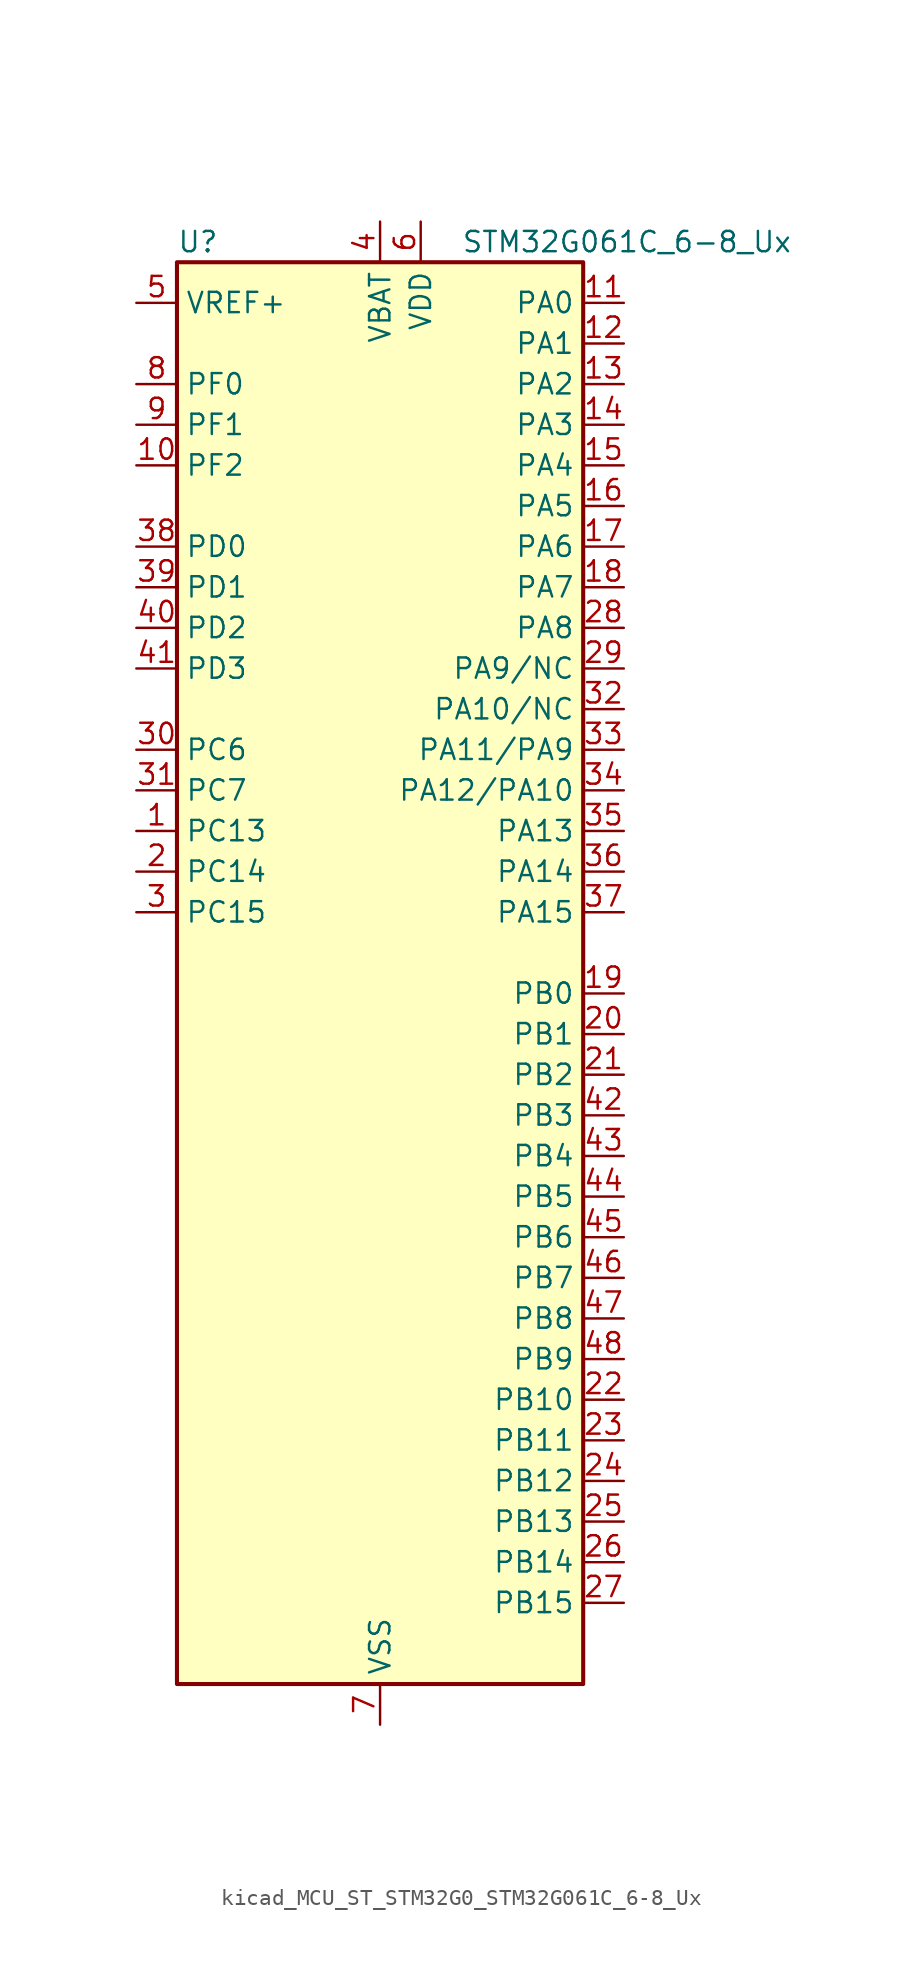
<source format=kicad_sym>
(kicad_symbol_lib
  (version 20220914)
  (generator kicad_symbol_editor)
  (symbol "kicad_MCU_ST_STM32G0_STM32G061C_6-8_Ux"
    (property "Reference" "U"
      (at -12.7 46.99 0)
      (effects (font (size 1.27 1.27)) (justify left)))
    (property "Value" "STM32G061C_6-8_Ux"
      (at 5.08 46.99 0)
      (effects (font (size 1.27 1.27)) (justify left)))
    (property "ki_locked" ""
      (at 0 0 0)
      (effects (font (size 1.27 1.27))))
    (symbol "kicad_MCU_ST_STM32G0_STM32G061C_6-8_Ux_0_1"
      (rectangle (start -12.7 -43.18) (end 12.7 45.72) (stroke (width 0.254) (type default)) (fill (type background))))
    (symbol "kicad_MCU_ST_STM32G0_STM32G061C_6-8_Ux_1_1"
      (pin bidirectional line (at -15.24 10.16 0) (length 2.54) (name "PC13" (effects (font (size 1.27 1.27)))) (number "1" (effects (font (size 1.27 1.27)))) (alternate "RTC_OUT1" bidirectional line) (alternate "RTC_TAMP_IN1" bidirectional line) (alternate "RTC_TS" bidirectional line) (alternate "SYS_WKUP2" bidirectional line) (alternate "TIM1_BK" bidirectional line))
      (pin bidirectional line (at -15.24 33.02 0) (length 2.54) (name "PF2" (effects (font (size 1.27 1.27)))) (number "10" (effects (font (size 1.27 1.27)))) (alternate "RCC_MCO" bidirectional line))
      (pin bidirectional line (at 15.24 43.18 180) (length 2.54) (name "PA0" (effects (font (size 1.27 1.27)))) (number "11" (effects (font (size 1.27 1.27)))) (alternate "ADC1_IN0" bidirectional line) (alternate "COMP1_INM" bidirectional line) (alternate "COMP1_OUT" bidirectional line) (alternate "LPTIM1_OUT" bidirectional line) (alternate "RTC_TAMP_IN2" bidirectional line) (alternate "SPI2_SCK" bidirectional line) (alternate "SYS_WKUP1" bidirectional line) (alternate "TIM2_CH1" bidirectional line) (alternate "TIM2_ETR" bidirectional line) (alternate "USART2_CTS" bidirectional line) (alternate "USART2_NSS" bidirectional line))
      (pin bidirectional line (at 15.24 40.64 180) (length 2.54) (name "PA1" (effects (font (size 1.27 1.27)))) (number "12" (effects (font (size 1.27 1.27)))) (alternate "ADC1_IN1" bidirectional line) (alternate "COMP1_INP" bidirectional line) (alternate "I2C1_SMBA" bidirectional line) (alternate "I2S1_CK" bidirectional line) (alternate "SPI1_SCK" bidirectional line) (alternate "TIM15_CH1N" bidirectional line) (alternate "TIM2_CH2" bidirectional line) (alternate "USART2_CK" bidirectional line) (alternate "USART2_DE" bidirectional line) (alternate "USART2_RTS" bidirectional line))
      (pin bidirectional line (at 15.24 38.1 180) (length 2.54) (name "PA2" (effects (font (size 1.27 1.27)))) (number "13" (effects (font (size 1.27 1.27)))) (alternate "ADC1_IN2" bidirectional line) (alternate "COMP2_INM" bidirectional line) (alternate "COMP2_OUT" bidirectional line) (alternate "I2S1_SD" bidirectional line) (alternate "LPUART1_TX" bidirectional line) (alternate "RCC_LSCO" bidirectional line) (alternate "SPI1_MOSI" bidirectional line) (alternate "SYS_WKUP4" bidirectional line) (alternate "TIM15_CH1" bidirectional line) (alternate "TIM2_CH3" bidirectional line) (alternate "USART2_TX" bidirectional line))
      (pin bidirectional line (at 15.24 35.56 180) (length 2.54) (name "PA3" (effects (font (size 1.27 1.27)))) (number "14" (effects (font (size 1.27 1.27)))) (alternate "ADC1_IN3" bidirectional line) (alternate "COMP2_INP" bidirectional line) (alternate "LPUART1_RX" bidirectional line) (alternate "SPI2_MISO" bidirectional line) (alternate "TIM15_CH2" bidirectional line) (alternate "TIM2_CH4" bidirectional line) (alternate "USART2_RX" bidirectional line))
      (pin bidirectional line (at 15.24 33.02 180) (length 2.54) (name "PA4" (effects (font (size 1.27 1.27)))) (number "15" (effects (font (size 1.27 1.27)))) (alternate "ADC1_IN4" bidirectional line) (alternate "DAC1_OUT1" bidirectional line) (alternate "I2S1_WS" bidirectional line) (alternate "LPTIM2_OUT" bidirectional line) (alternate "RTC_OUT2" bidirectional line) (alternate "SPI1_NSS" bidirectional line) (alternate "SPI2_MOSI" bidirectional line) (alternate "TIM14_CH1" bidirectional line))
      (pin bidirectional line (at 15.24 30.48 180) (length 2.54) (name "PA5" (effects (font (size 1.27 1.27)))) (number "16" (effects (font (size 1.27 1.27)))) (alternate "ADC1_IN5" bidirectional line) (alternate "DAC1_OUT2" bidirectional line) (alternate "I2S1_CK" bidirectional line) (alternate "LPTIM2_ETR" bidirectional line) (alternate "SPI1_SCK" bidirectional line) (alternate "TIM2_CH1" bidirectional line) (alternate "TIM2_ETR" bidirectional line))
      (pin bidirectional line (at 15.24 27.94 180) (length 2.54) (name "PA6" (effects (font (size 1.27 1.27)))) (number "17" (effects (font (size 1.27 1.27)))) (alternate "ADC1_IN6" bidirectional line) (alternate "COMP1_OUT" bidirectional line) (alternate "I2S1_MCK" bidirectional line) (alternate "LPUART1_CTS" bidirectional line) (alternate "SPI1_MISO" bidirectional line) (alternate "TIM16_CH1" bidirectional line) (alternate "TIM1_BK" bidirectional line) (alternate "TIM3_CH1" bidirectional line))
      (pin bidirectional line (at 15.24 25.4 180) (length 2.54) (name "PA7" (effects (font (size 1.27 1.27)))) (number "18" (effects (font (size 1.27 1.27)))) (alternate "ADC1_IN7" bidirectional line) (alternate "COMP2_OUT" bidirectional line) (alternate "I2S1_SD" bidirectional line) (alternate "SPI1_MOSI" bidirectional line) (alternate "TIM14_CH1" bidirectional line) (alternate "TIM17_CH1" bidirectional line) (alternate "TIM1_CH1N" bidirectional line) (alternate "TIM3_CH2" bidirectional line))
      (pin bidirectional line (at 15.24 0 180) (length 2.54) (name "PB0" (effects (font (size 1.27 1.27)))) (number "19" (effects (font (size 1.27 1.27)))) (alternate "ADC1_IN8" bidirectional line) (alternate "COMP1_OUT" bidirectional line) (alternate "I2S1_WS" bidirectional line) (alternate "LPTIM1_OUT" bidirectional line) (alternate "SPI1_NSS" bidirectional line) (alternate "TIM1_CH2N" bidirectional line) (alternate "TIM3_CH3" bidirectional line))
      (pin bidirectional line (at -15.24 7.62 0) (length 2.54) (name "PC14" (effects (font (size 1.27 1.27)))) (number "2" (effects (font (size 1.27 1.27)))) (alternate "RCC_OSC32_IN" bidirectional line) (alternate "TIM1_BK2" bidirectional line))
      (pin bidirectional line (at 15.24 -2.54 180) (length 2.54) (name "PB1" (effects (font (size 1.27 1.27)))) (number "20" (effects (font (size 1.27 1.27)))) (alternate "ADC1_IN9" bidirectional line) (alternate "COMP1_INM" bidirectional line) (alternate "LPTIM2_IN1" bidirectional line) (alternate "LPUART1_DE" bidirectional line) (alternate "LPUART1_RTS" bidirectional line) (alternate "TIM14_CH1" bidirectional line) (alternate "TIM1_CH3N" bidirectional line) (alternate "TIM3_CH4" bidirectional line))
      (pin bidirectional line (at 15.24 -5.08 180) (length 2.54) (name "PB2" (effects (font (size 1.27 1.27)))) (number "21" (effects (font (size 1.27 1.27)))) (alternate "ADC1_IN10" bidirectional line) (alternate "COMP1_INP" bidirectional line) (alternate "LPTIM1_OUT" bidirectional line) (alternate "SPI2_MISO" bidirectional line))
      (pin bidirectional line (at 15.24 -25.4 180) (length 2.54) (name "PB10" (effects (font (size 1.27 1.27)))) (number "22" (effects (font (size 1.27 1.27)))) (alternate "ADC1_IN11" bidirectional line) (alternate "COMP1_OUT" bidirectional line) (alternate "I2C2_SCL" bidirectional line) (alternate "LPUART1_RX" bidirectional line) (alternate "SPI2_SCK" bidirectional line) (alternate "TIM2_CH3" bidirectional line))
      (pin bidirectional line (at 15.24 -27.94 180) (length 2.54) (name "PB11" (effects (font (size 1.27 1.27)))) (number "23" (effects (font (size 1.27 1.27)))) (alternate "ADC1_EXTI11" bidirectional line) (alternate "ADC1_IN15" bidirectional line) (alternate "COMP2_OUT" bidirectional line) (alternate "I2C2_SDA" bidirectional line) (alternate "LPUART1_TX" bidirectional line) (alternate "SPI2_MOSI" bidirectional line) (alternate "TIM2_CH4" bidirectional line))
      (pin bidirectional line (at 15.24 -30.48 180) (length 2.54) (name "PB12" (effects (font (size 1.27 1.27)))) (number "24" (effects (font (size 1.27 1.27)))) (alternate "ADC1_IN16" bidirectional line) (alternate "LPUART1_DE" bidirectional line) (alternate "LPUART1_RTS" bidirectional line) (alternate "SPI2_NSS" bidirectional line) (alternate "TIM15_BK" bidirectional line) (alternate "TIM1_BK" bidirectional line))
      (pin bidirectional line (at 15.24 -33.02 180) (length 2.54) (name "PB13" (effects (font (size 1.27 1.27)))) (number "25" (effects (font (size 1.27 1.27)))) (alternate "I2C2_SCL" bidirectional line) (alternate "LPUART1_CTS" bidirectional line) (alternate "SPI2_SCK" bidirectional line) (alternate "TIM15_CH1N" bidirectional line) (alternate "TIM1_CH1N" bidirectional line))
      (pin bidirectional line (at 15.24 -35.56 180) (length 2.54) (name "PB14" (effects (font (size 1.27 1.27)))) (number "26" (effects (font (size 1.27 1.27)))) (alternate "I2C2_SDA" bidirectional line) (alternate "SPI2_MISO" bidirectional line) (alternate "TIM15_CH1" bidirectional line) (alternate "TIM1_CH2N" bidirectional line))
      (pin bidirectional line (at 15.24 -38.1 180) (length 2.54) (name "PB15" (effects (font (size 1.27 1.27)))) (number "27" (effects (font (size 1.27 1.27)))) (alternate "RTC_REFIN" bidirectional line) (alternate "SPI2_MOSI" bidirectional line) (alternate "TIM15_CH1N" bidirectional line) (alternate "TIM15_CH2" bidirectional line) (alternate "TIM1_CH3N" bidirectional line))
      (pin bidirectional line (at 15.24 22.86 180) (length 2.54) (name "PA8" (effects (font (size 1.27 1.27)))) (number "28" (effects (font (size 1.27 1.27)))) (alternate "LPTIM2_OUT" bidirectional line) (alternate "RCC_MCO" bidirectional line) (alternate "SPI2_NSS" bidirectional line) (alternate "TIM1_CH1" bidirectional line))
      (pin bidirectional line (at 15.24 20.32 180) (length 2.54) (name "PA9/NC" (effects (font (size 1.27 1.27)))) (number "29" (effects (font (size 1.27 1.27)))) (alternate "DAC1_EXTI9" bidirectional line) (alternate "I2C1_SCL" bidirectional line) (alternate "RCC_MCO" bidirectional line) (alternate "SPI2_MISO" bidirectional line) (alternate "TIM15_BK" bidirectional line) (alternate "TIM1_CH2" bidirectional line) (alternate "USART1_TX" bidirectional line))
      (pin bidirectional line (at -15.24 5.08 0) (length 2.54) (name "PC15" (effects (font (size 1.27 1.27)))) (number "3" (effects (font (size 1.27 1.27)))) (alternate "RCC_OSC32_EN" bidirectional line) (alternate "RCC_OSC32_OUT" bidirectional line) (alternate "RCC_OSC_EN" bidirectional line) (alternate "TIM15_BK" bidirectional line))
      (pin bidirectional line (at -15.24 15.24 0) (length 2.54) (name "PC6" (effects (font (size 1.27 1.27)))) (number "30" (effects (font (size 1.27 1.27)))) (alternate "TIM2_CH3" bidirectional line) (alternate "TIM3_CH1" bidirectional line))
      (pin bidirectional line (at -15.24 12.7 0) (length 2.54) (name "PC7" (effects (font (size 1.27 1.27)))) (number "31" (effects (font (size 1.27 1.27)))) (alternate "TIM2_CH4" bidirectional line) (alternate "TIM3_CH2" bidirectional line))
      (pin bidirectional line (at 15.24 17.78 180) (length 2.54) (name "PA10/NC" (effects (font (size 1.27 1.27)))) (number "32" (effects (font (size 1.27 1.27)))) (alternate "I2C1_SDA" bidirectional line) (alternate "SPI2_MOSI" bidirectional line) (alternate "TIM17_BK" bidirectional line) (alternate "TIM1_CH3" bidirectional line) (alternate "USART1_RX" bidirectional line))
      (pin bidirectional line (at 15.24 15.24 180) (length 2.54) (name "PA11/PA9" (effects (font (size 1.27 1.27)))) (number "33" (effects (font (size 1.27 1.27)))) (alternate "ADC1_EXTI11" bidirectional line) (alternate "COMP1_OUT" bidirectional line) (alternate "I2C2_SCL" bidirectional line) (alternate "I2S1_MCK" bidirectional line) (alternate "SPI1_MISO" bidirectional line) (alternate "TIM1_BK2" bidirectional line) (alternate "TIM1_CH4" bidirectional line) (alternate "USART1_CTS" bidirectional line) (alternate "USART1_NSS" bidirectional line))
      (pin bidirectional line (at 15.24 12.7 180) (length 2.54) (name "PA12/PA10" (effects (font (size 1.27 1.27)))) (number "34" (effects (font (size 1.27 1.27)))) (alternate "COMP2_OUT" bidirectional line) (alternate "I2C2_SDA" bidirectional line) (alternate "I2S1_SD" bidirectional line) (alternate "I2S_CKIN" bidirectional line) (alternate "SPI1_MOSI" bidirectional line) (alternate "TIM1_ETR" bidirectional line) (alternate "USART1_CK" bidirectional line) (alternate "USART1_DE" bidirectional line) (alternate "USART1_RTS" bidirectional line))
      (pin bidirectional line (at 15.24 10.16 180) (length 2.54) (name "PA13" (effects (font (size 1.27 1.27)))) (number "35" (effects (font (size 1.27 1.27)))) (alternate "ADC1_IN17" bidirectional line) (alternate "IR_OUT" bidirectional line) (alternate "SYS_SWDIO" bidirectional line))
      (pin bidirectional line (at 15.24 7.62 180) (length 2.54) (name "PA14" (effects (font (size 1.27 1.27)))) (number "36" (effects (font (size 1.27 1.27)))) (alternate "ADC1_IN18" bidirectional line) (alternate "SYS_SWCLK" bidirectional line) (alternate "USART2_TX" bidirectional line))
      (pin bidirectional line (at 15.24 5.08 180) (length 2.54) (name "PA15" (effects (font (size 1.27 1.27)))) (number "37" (effects (font (size 1.27 1.27)))) (alternate "I2S1_WS" bidirectional line) (alternate "SPI1_NSS" bidirectional line) (alternate "TIM2_CH1" bidirectional line) (alternate "TIM2_ETR" bidirectional line) (alternate "USART2_RX" bidirectional line))
      (pin bidirectional line (at -15.24 27.94 0) (length 2.54) (name "PD0" (effects (font (size 1.27 1.27)))) (number "38" (effects (font (size 1.27 1.27)))) (alternate "SPI2_NSS" bidirectional line) (alternate "TIM16_CH1" bidirectional line))
      (pin bidirectional line (at -15.24 25.4 0) (length 2.54) (name "PD1" (effects (font (size 1.27 1.27)))) (number "39" (effects (font (size 1.27 1.27)))) (alternate "SPI2_SCK" bidirectional line) (alternate "TIM17_CH1" bidirectional line))
      (pin power_in line (at 0 48.26 270) (length 2.54) (name "VBAT" (effects (font (size 1.27 1.27)))) (number "4" (effects (font (size 1.27 1.27)))))
      (pin bidirectional line (at -15.24 22.86 0) (length 2.54) (name "PD2" (effects (font (size 1.27 1.27)))) (number "40" (effects (font (size 1.27 1.27)))) (alternate "TIM1_CH1N" bidirectional line) (alternate "TIM3_ETR" bidirectional line))
      (pin bidirectional line (at -15.24 20.32 0) (length 2.54) (name "PD3" (effects (font (size 1.27 1.27)))) (number "41" (effects (font (size 1.27 1.27)))) (alternate "SPI2_MISO" bidirectional line) (alternate "TIM1_CH2N" bidirectional line) (alternate "USART2_CTS" bidirectional line) (alternate "USART2_NSS" bidirectional line))
      (pin bidirectional line (at 15.24 -7.62 180) (length 2.54) (name "PB3" (effects (font (size 1.27 1.27)))) (number "42" (effects (font (size 1.27 1.27)))) (alternate "COMP2_INM" bidirectional line) (alternate "I2S1_CK" bidirectional line) (alternate "SPI1_SCK" bidirectional line) (alternate "TIM1_CH2" bidirectional line) (alternate "TIM2_CH2" bidirectional line) (alternate "USART1_CK" bidirectional line) (alternate "USART1_DE" bidirectional line) (alternate "USART1_RTS" bidirectional line))
      (pin bidirectional line (at 15.24 -10.16 180) (length 2.54) (name "PB4" (effects (font (size 1.27 1.27)))) (number "43" (effects (font (size 1.27 1.27)))) (alternate "COMP2_INP" bidirectional line) (alternate "I2S1_MCK" bidirectional line) (alternate "SPI1_MISO" bidirectional line) (alternate "TIM17_BK" bidirectional line) (alternate "TIM3_CH1" bidirectional line) (alternate "USART1_CTS" bidirectional line) (alternate "USART1_NSS" bidirectional line))
      (pin bidirectional line (at 15.24 -12.7 180) (length 2.54) (name "PB5" (effects (font (size 1.27 1.27)))) (number "44" (effects (font (size 1.27 1.27)))) (alternate "COMP2_OUT" bidirectional line) (alternate "I2C1_SMBA" bidirectional line) (alternate "I2S1_SD" bidirectional line) (alternate "LPTIM1_IN1" bidirectional line) (alternate "SPI1_MOSI" bidirectional line) (alternate "SYS_WKUP6" bidirectional line) (alternate "TIM16_BK" bidirectional line) (alternate "TIM3_CH2" bidirectional line))
      (pin bidirectional line (at 15.24 -15.24 180) (length 2.54) (name "PB6" (effects (font (size 1.27 1.27)))) (number "45" (effects (font (size 1.27 1.27)))) (alternate "COMP2_INP" bidirectional line) (alternate "I2C1_SCL" bidirectional line) (alternate "LPTIM1_ETR" bidirectional line) (alternate "SPI2_MISO" bidirectional line) (alternate "TIM16_CH1N" bidirectional line) (alternate "TIM1_CH3" bidirectional line) (alternate "USART1_TX" bidirectional line))
      (pin bidirectional line (at 15.24 -17.78 180) (length 2.54) (name "PB7" (effects (font (size 1.27 1.27)))) (number "46" (effects (font (size 1.27 1.27)))) (alternate "COMP2_INM" bidirectional line) (alternate "I2C1_SDA" bidirectional line) (alternate "LPTIM1_IN2" bidirectional line) (alternate "SPI2_MOSI" bidirectional line) (alternate "SYS_PVD_IN" bidirectional line) (alternate "TIM17_CH1N" bidirectional line) (alternate "USART1_RX" bidirectional line))
      (pin bidirectional line (at 15.24 -20.32 180) (length 2.54) (name "PB8" (effects (font (size 1.27 1.27)))) (number "47" (effects (font (size 1.27 1.27)))) (alternate "I2C1_SCL" bidirectional line) (alternate "SPI2_SCK" bidirectional line) (alternate "TIM15_BK" bidirectional line) (alternate "TIM16_CH1" bidirectional line))
      (pin bidirectional line (at 15.24 -22.86 180) (length 2.54) (name "PB9" (effects (font (size 1.27 1.27)))) (number "48" (effects (font (size 1.27 1.27)))) (alternate "DAC1_EXTI9" bidirectional line) (alternate "I2C1_SDA" bidirectional line) (alternate "IR_OUT" bidirectional line) (alternate "SPI2_NSS" bidirectional line) (alternate "TIM17_CH1" bidirectional line))
      (pin passive line (at 0 -45.72 90) (length 2.54) hide (name "VSS" (effects (font (size 1.27 1.27)))) (number "49" (effects (font (size 1.27 1.27)))))
      (pin input line (at -15.24 43.18 0) (length 2.54) (name "VREF+" (effects (font (size 1.27 1.27)))) (number "5" (effects (font (size 1.27 1.27)))) (alternate "VREFBUF_OUT" bidirectional line))
      (pin power_in line (at 2.54 48.26 270) (length 2.54) (name "VDD" (effects (font (size 1.27 1.27)))) (number "6" (effects (font (size 1.27 1.27)))))
      (pin power_in line (at 0 -45.72 90) (length 2.54) (name "VSS" (effects (font (size 1.27 1.27)))) (number "7" (effects (font (size 1.27 1.27)))))
      (pin bidirectional line (at -15.24 38.1 0) (length 2.54) (name "PF0" (effects (font (size 1.27 1.27)))) (number "8" (effects (font (size 1.27 1.27)))) (alternate "RCC_OSC_IN" bidirectional line) (alternate "TIM14_CH1" bidirectional line))
      (pin bidirectional line (at -15.24 35.56 0) (length 2.54) (name "PF1" (effects (font (size 1.27 1.27)))) (number "9" (effects (font (size 1.27 1.27)))) (alternate "RCC_OSC_EN" bidirectional line) (alternate "RCC_OSC_OUT" bidirectional line) (alternate "TIM15_CH1N" bidirectional line)))))
</source>
